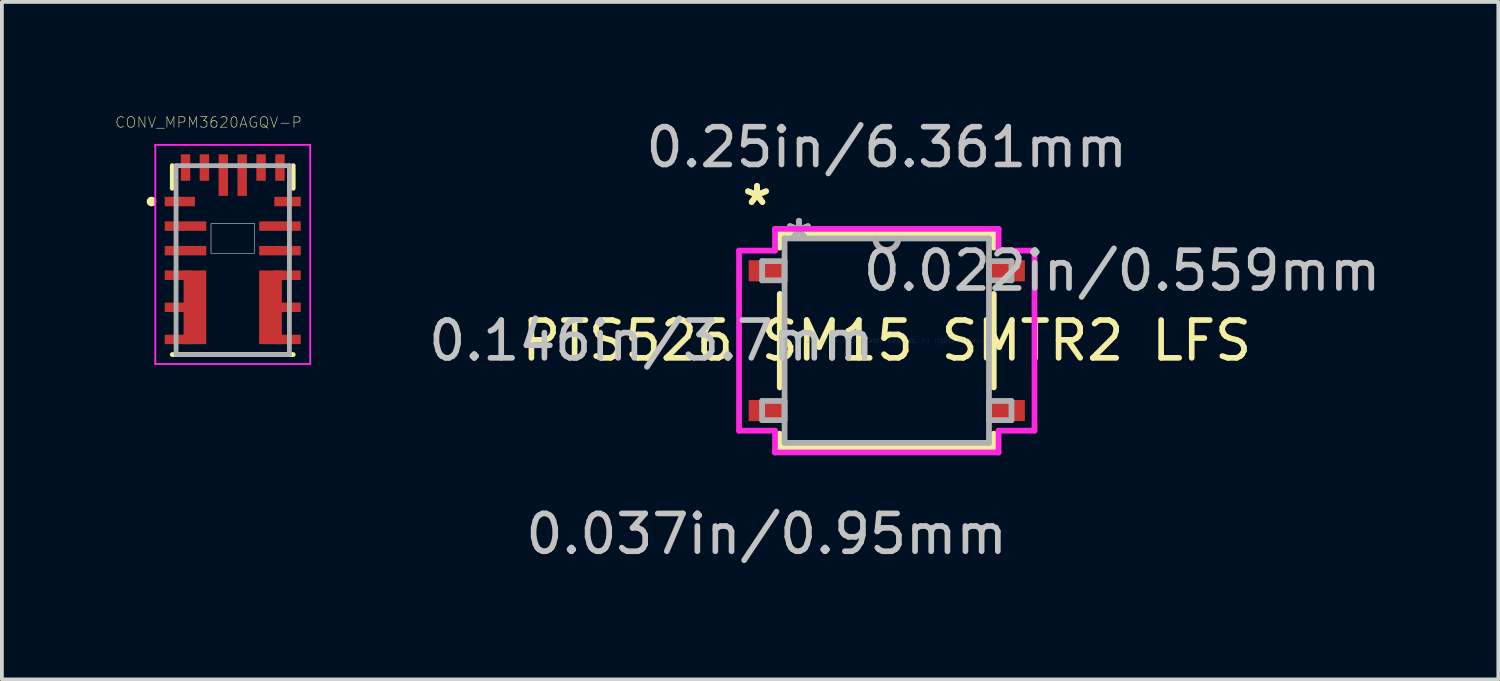
<source format=kicad_pcb>
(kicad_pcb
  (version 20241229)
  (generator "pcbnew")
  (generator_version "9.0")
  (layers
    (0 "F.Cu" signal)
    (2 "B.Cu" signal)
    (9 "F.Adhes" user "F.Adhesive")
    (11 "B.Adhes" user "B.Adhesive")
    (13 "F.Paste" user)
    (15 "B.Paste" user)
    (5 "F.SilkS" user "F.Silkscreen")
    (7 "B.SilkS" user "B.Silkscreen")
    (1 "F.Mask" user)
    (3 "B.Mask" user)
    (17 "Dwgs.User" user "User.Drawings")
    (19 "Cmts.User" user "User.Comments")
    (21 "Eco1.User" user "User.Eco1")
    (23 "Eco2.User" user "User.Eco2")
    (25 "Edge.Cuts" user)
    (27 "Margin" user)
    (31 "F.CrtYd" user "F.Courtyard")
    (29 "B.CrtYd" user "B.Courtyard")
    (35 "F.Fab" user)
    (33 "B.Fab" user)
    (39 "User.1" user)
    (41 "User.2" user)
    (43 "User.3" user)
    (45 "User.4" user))
  (footprint "PTS526 SM15 SMTR2 LFS"
    (layer "F.Cu")
    (at 20.42 5.966)
    (property "Reference" "PTS526 SM15 SMTR2 LFS" (at 0 0 0) (layer "F.SilkS") (effects (font (size 1 1) (thickness 0.15))))
    (attr through_hole)
    (fp_line (start -2.832 -2.832) (end -2.832 -2.462) (stroke (width 0.152) (type solid)) (layer "F.SilkS"))
    (fp_line (start -2.832 -1.238) (end -2.832 1.238) (stroke (width 0.152) (type solid)) (layer "F.SilkS"))
    (fp_line (start -2.832 2.462) (end -2.832 2.832) (stroke (width 0.152) (type solid)) (layer "F.SilkS"))
    (fp_line (start -2.832 2.832) (end 2.832 2.832) (stroke (width 0.152) (type solid)) (layer "F.SilkS"))
    (fp_line (start 2.832 -2.832) (end -2.832 -2.832) (stroke (width 0.152) (type solid)) (layer "F.SilkS"))
    (fp_line (start 2.832 -2.462) (end 2.832 -2.832) (stroke (width 0.152) (type solid)) (layer "F.SilkS"))
    (fp_line (start 2.832 1.238) (end 2.832 -1.238) (stroke (width 0.152) (type solid)) (layer "F.SilkS"))
    (fp_line (start 2.832 2.832) (end 2.832 2.462) (stroke (width 0.152) (type solid)) (layer "F.SilkS"))
    (fp_line (start -3.91 -2.383) (end -2.959 -2.383) (stroke (width 0.152) (type solid)) (layer "F.CrtYd"))
    (fp_line (start -3.91 2.383) (end -3.91 -2.383) (stroke (width 0.152) (type solid)) (layer "F.CrtYd"))
    (fp_line (start -2.959 -2.959) (end 2.959 -2.959) (stroke (width 0.152) (type solid)) (layer "F.CrtYd"))
    (fp_line (start -2.959 -2.383) (end -2.959 -2.959) (stroke (width 0.152) (type solid)) (layer "F.CrtYd"))
    (fp_line (start -2.959 2.383) (end -3.91 2.383) (stroke (width 0.152) (type solid)) (layer "F.CrtYd"))
    (fp_line (start -2.959 2.959) (end -2.959 2.383) (stroke (width 0.152) (type solid)) (layer "F.CrtYd"))
    (fp_line (start 2.959 -2.959) (end 2.959 -2.383) (stroke (width 0.152) (type solid)) (layer "F.CrtYd"))
    (fp_line (start 2.959 -2.383) (end 3.91 -2.383) (stroke (width 0.152) (type solid)) (layer "F.CrtYd"))
    (fp_line (start 2.959 2.383) (end 2.959 2.959) (stroke (width 0.152) (type solid)) (layer "F.CrtYd"))
    (fp_line (start 2.959 2.959) (end -2.959 2.959) (stroke (width 0.152) (type solid)) (layer "F.CrtYd"))
    (fp_line (start 3.91 -2.383) (end 3.91 2.383) (stroke (width 0.152) (type solid)) (layer "F.CrtYd"))
    (fp_line (start 3.91 2.383) (end 2.959 2.383) (stroke (width 0.152) (type solid)) (layer "F.CrtYd"))
    (fp_line (start -3.3 -2.104) (end -3.3 -1.596) (stroke (width 0.152) (type solid)) (layer "F.Fab"))
    (fp_line (start -3.3 -1.596) (end -2.705 -1.596) (stroke (width 0.152) (type solid)) (layer "F.Fab"))
    (fp_line (start -3.3 1.596) (end -3.3 2.104) (stroke (width 0.152) (type solid)) (layer "F.Fab"))
    (fp_line (start -3.3 2.104) (end -2.705 2.104) (stroke (width 0.152) (type solid)) (layer "F.Fab"))
    (fp_line (start -2.705 -2.705) (end -2.705 2.705) (stroke (width 0.152) (type solid)) (layer "F.Fab"))
    (fp_line (start -2.705 -2.104) (end -3.3 -2.104) (stroke (width 0.152) (type solid)) (layer "F.Fab"))
    (fp_line (start -2.705 -1.596) (end -2.705 -2.104) (stroke (width 0.152) (type solid)) (layer "F.Fab"))
    (fp_line (start -2.705 1.596) (end -3.3 1.596) (stroke (width 0.152) (type solid)) (layer "F.Fab"))
    (fp_line (start -2.705 2.104) (end -2.705 1.596) (stroke (width 0.152) (type solid)) (layer "F.Fab"))
    (fp_line (start -2.705 2.705) (end 2.705 2.705) (stroke (width 0.152) (type solid)) (layer "F.Fab"))
    (fp_line (start 2.705 -2.705) (end -2.705 -2.705) (stroke (width 0.152) (type solid)) (layer "F.Fab"))
    (fp_line (start 2.705 -2.104) (end 2.705 -1.596) (stroke (width 0.152) (type solid)) (layer "F.Fab"))
    (fp_line (start 2.705 -1.596) (end 3.3 -1.596) (stroke (width 0.152) (type solid)) (layer "F.Fab"))
    (fp_line (start 2.705 1.596) (end 2.705 2.104) (stroke (width 0.152) (type solid)) (layer "F.Fab"))
    (fp_line (start 2.705 2.104) (end 3.3 2.104) (stroke (width 0.152) (type solid)) (layer "F.Fab"))
    (fp_line (start 2.705 2.705) (end 2.705 -2.705) (stroke (width 0.152) (type solid)) (layer "F.Fab"))
    (fp_line (start 3.3 -2.104) (end 2.705 -2.104) (stroke (width 0.152) (type solid)) (layer "F.Fab"))
    (fp_line (start 3.3 -1.596) (end 3.3 -2.104) (stroke (width 0.152) (type solid)) (layer "F.Fab"))
    (fp_line (start 3.3 1.596) (end 2.705 1.596) (stroke (width 0.152) (type solid)) (layer "F.Fab"))
    (fp_line (start 3.3 2.104) (end 3.3 1.596) (stroke (width 0.152) (type solid)) (layer "F.Fab"))
    (fp_arc (start 0.3048 -2.7051) (mid 0 -2.4003) (end -0.3048 -2.7051) (stroke (width 0.1524) (type solid)) (layer "F.Fab"))
    (fp_text user "*" (at -3.434 -3.552 0) (layer "F.SilkS") (effects (font (size 1 1) (thickness 0.15))))
    (fp_text user "*" (at -3.434 -3.552 0) (layer "F.SilkS") (effects (font (size 1 1) (thickness 0.15))))
    (fp_text user "0.037in/0.95mm" (at -3.18 5.118 0) (layer "Dwgs.User") (effects (font (size 1 1) (thickness 0.15))))
    (fp_text user "0.146in/3.7mm" (at -6.228 0 0) (layer "Dwgs.User") (effects (font (size 1 1) (thickness 0.15))))
    (fp_text user "0.022in/0.559mm" (at 6.228 -1.85 0) (layer "Dwgs.User") (effects (font (size 1 1) (thickness 0.15))))
    (fp_text user "0.25in/6.361mm" (at 0 -5.118 0) (layer "Dwgs.User") (effects (font (size 1 1) (thickness 0.15))))
    (fp_text user "Copyright 2016 Accelerated Designs. All rights reserved." (at 0 0 0) (layer "Cmts.User") (effects (font (size 0.127 0.127) (thickness 0.002))))
    (fp_text user "*" (at -2.324 -2.629 0) (layer "F.Fab") (effects (font (size 1 1) (thickness 0.15))))
    (fp_text user "*" (at -2.324 -2.629 0) (layer "F.Fab") (effects (font (size 1 1) (thickness 0.15))))
    (pad "1" smd rect (at -3.18 -1.85) (size 0.951 0.559) (layers "F.Cu" "F.Mask" "F.Paste"))
    (pad "2" smd rect (at -3.18 1.85) (size 0.951 0.559) (layers "F.Cu" "F.Mask" "F.Paste"))
    (pad "3" smd rect (at 3.18 1.85) (size 0.951 0.559) (layers "F.Cu" "F.Mask" "F.Paste"))
    (pad "4" smd rect (at 3.18 -1.85) (size 0.951 0.559) (layers "F.Cu" "F.Mask" "F.Paste")))
  (footprint "CONV_MPM3620AGQV-P"
    (layer "F.Cu")
    (at 3.11 3.834)
    (property "Reference" "CONV_MPM3620AGQV-P" (at -0.643 -3.645 0) (layer "F.SilkS") (effects (font (size 0.278 0.278) (thickness 0.015))))
    (attr through_hole)
    (fp_line (start -1.6 -1.9) (end -1.6 -2.5) (stroke (width 0.127) (type solid)) (layer "F.SilkS"))
    (fp_line (start -1.6 2.5) (end 1.6 2.5) (stroke (width 0.127) (type solid)) (layer "F.SilkS"))
    (fp_line (start 1.6 -1.9) (end 1.6 -2.5) (stroke (width 0.127) (type solid)) (layer "F.SilkS"))
    (fp_circle (center -2.15 -1.55) (end -2.085 -1.55) (stroke (width 0.127) (type solid)) (fill no) (layer "F.SilkS"))
    (fp_poly (pts (xy -0.576 -0.97) (xy 0.575 -0.97) (xy 0.575 -0.18) (xy -0.576 -0.18)) (stroke (width 0.01) (type solid)) (fill no) (layer "Dwgs.User"))
    (fp_poly (pts (xy -0.575 -0.97) (xy 0.575 -0.97) (xy 0.575 -0.18) (xy -0.575 -0.18)) (stroke (width 0.01) (type solid)) (fill no) (layer "Dwgs.User"))
    (fp_line (start -2.05 -3.05) (end 2.05 -3.05) (stroke (width 0.05) (type solid)) (layer "F.CrtYd"))
    (fp_line (start -2.05 2.75) (end -2.05 -3.05) (stroke (width 0.05) (type solid)) (layer "F.CrtYd"))
    (fp_line (start 2.05 -3.05) (end 2.05 2.75) (stroke (width 0.05) (type solid)) (layer "F.CrtYd"))
    (fp_line (start 2.05 2.75) (end -2.05 2.75) (stroke (width 0.05) (type solid)) (layer "F.CrtYd"))
    (fp_line (start -1.5 -2.5) (end -1.5 2.5) (stroke (width 0.127) (type solid)) (layer "F.Fab"))
    (fp_line (start -1.5 2.5) (end 1.5 2.5) (stroke (width 0.127) (type solid)) (layer "F.Fab"))
    (fp_line (start 1.5 -2.5) (end -1.5 -2.5) (stroke (width 0.127) (type solid)) (layer "F.Fab"))
    (fp_line (start 1.5 2.5) (end 1.5 -2.5) (stroke (width 0.127) (type solid)) (layer "F.Fab"))
    (pad "1" smd rect (at -1.4 -1.55) (size 0.8 0.25) (layers "F.Cu" "F.Mask" "F.Paste"))
    (pad "2" smd rect (at -1.25 -0.9) (size 1.1 0.25) (layers "F.Cu" "F.Mask" "F.Paste"))
    (pad "3" smd rect (at -1.25 -0.25) (size 1.1 0.25) (layers "F.Cu" "F.Mask" "F.Paste"))
    (pad "4" smd rect (at -1.45 0.4) (size 0.7 0.25) (layers "F.Cu" "F.Mask" "F.Paste"))
    (pad "5" smd rect (at -1.45 1.25) (size 0.7 0.25) (layers "F.Cu" "F.Mask" "F.Paste"))
    (pad "6" smd rect (at -1.45 2.1) (size 0.7 0.25) (layers "F.Cu" "F.Mask" "F.Paste"))
    (pad "7" smd rect (at 1.45 2.1) (size 0.7 0.25) (layers "F.Cu" "F.Mask" "F.Paste"))
    (pad "8" smd rect (at 1.45 1.25) (size 0.7 0.25) (layers "F.Cu" "F.Mask" "F.Paste"))
    (pad "9" smd rect (at 1.45 0.4) (size 0.7 0.25) (layers "F.Cu" "F.Mask" "F.Paste"))
    (pad "10" smd rect (at 1.25 -0.25) (size 1.1 0.25) (layers "F.Cu" "F.Mask" "F.Paste"))
    (pad "11" smd rect (at 1.25 -0.9) (size 1.1 0.25) (layers "F.Cu" "F.Mask" "F.Paste"))
    (pad "12" smd rect (at 1.45 -1.55) (size 0.7 0.25) (layers "F.Cu" "F.Mask" "F.Paste"))
    (pad "13" smd rect (at 1.25 -2.45) (size 0.25 0.7) (layers "F.Cu" "F.Mask" "F.Paste"))
    (pad "14" smd rect (at 0.75 -2.45) (size 0.25 0.7) (layers "F.Cu" "F.Mask" "F.Paste"))
    (pad "15" smd rect (at 0.25 -2.25) (size 0.25 1.1) (layers "F.Cu" "F.Mask" "F.Paste"))
    (pad "16" smd rect (at -0.25 -2.25) (size 0.25 1.1) (layers "F.Cu" "F.Mask" "F.Paste"))
    (pad "17" smd rect (at -0.75 -2.45) (size 0.25 0.7) (layers "F.Cu" "F.Mask" "F.Paste"))
    (pad "18" smd rect (at -1.25 -2.45) (size 0.25 0.7) (layers "F.Cu" "F.Mask" "F.Paste"))
    (pad "19" smd rect (at -1 1.25) (size 0.6 1.95) (layers "F.Cu" "F.Mask" "F.Paste"))
    (pad "20" smd rect (at 1 1.25) (size 0.6 1.95) (layers "F.Cu" "F.Mask" "F.Paste")))
  (gr_rect
    (start -3 -3)
    (end 36.606 14.933)
    (stroke (width 0.1) (type default))
    (fill no)
    (layer "Edge.Cuts")))
</source>
